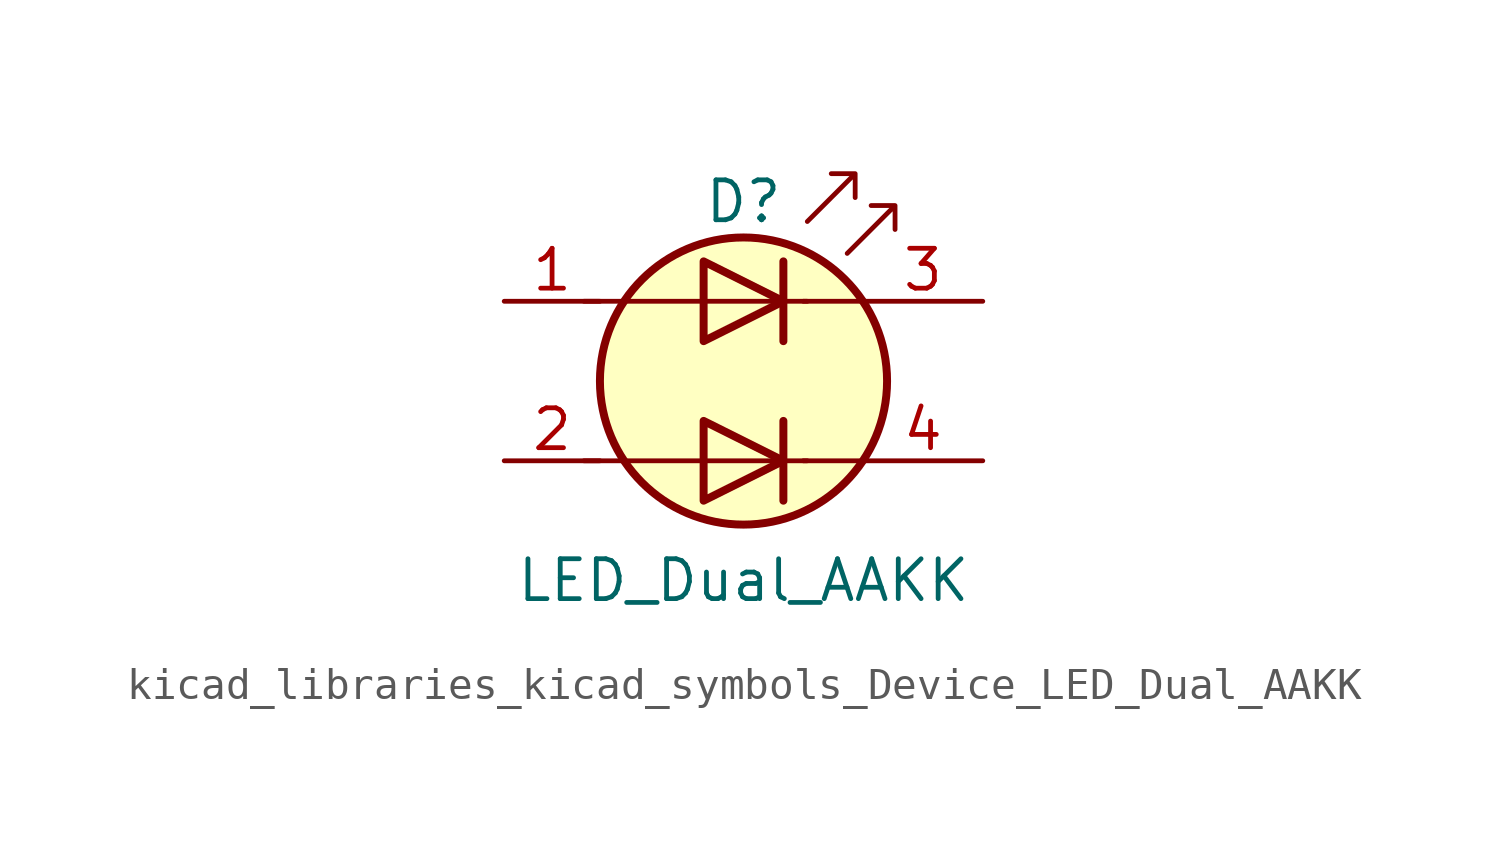
<source format=kicad_sym>
(kicad_symbol_lib
  (version 20220914)
  (generator kicad_symbol_editor)
  (symbol "kicad_libraries_kicad_symbols_Device_LED_Dual_AAKK"
    (pin_names
      (offset 0) hide)
    (property "Reference" "D"
      (at 0 5.715 0)
      (effects (font (size 1.27 1.27))))
    (property "Value" "LED_Dual_AAKK"
      (at 0 -6.35 0)
      (effects (font (size 1.27 1.27))))
    (symbol "kicad_libraries_kicad_symbols_Device_LED_Dual_AAKK_0_1"
      (polyline (pts (xy -5.08 -2.54) (xy 2.032 -2.54)) (stroke (width 0) (type default)) (fill (type none)))
      (polyline (pts (xy -5.08 2.54) (xy 2.032 2.54)) (stroke (width 0) (type default)) (fill (type none)))
      (polyline (pts (xy 1.27 -1.27) (xy 1.27 -3.81)) (stroke (width 0.254) (type default)) (fill (type none)))
      (polyline (pts (xy 1.27 3.81) (xy 1.27 1.27)) (stroke (width 0.254) (type default)) (fill (type none)))
      (polyline (pts (xy 3.81 -2.54) (xy 1.905 -2.54)) (stroke (width 0) (type default)) (fill (type none)))
      (polyline (pts (xy 3.81 2.54) (xy 1.905 2.54)) (stroke (width 0) (type default)) (fill (type none)))
      (polyline (pts (xy -1.27 -1.27) (xy -1.27 -3.81) (xy 1.27 -2.54) (xy -1.27 -1.27)) (stroke (width 0.254) (type default)) (fill (type none)))
      (polyline (pts (xy -1.27 3.81) (xy -1.27 1.27) (xy 1.27 2.54) (xy -1.27 3.81)) (stroke (width 0.254) (type default)) (fill (type none)))
      (polyline (pts (xy 2.032 5.08) (xy 3.556 6.604) (xy 2.794 6.604) (xy 3.556 6.604) (xy 3.556 5.842)) (stroke (width 0) (type default)) (fill (type none)))
      (polyline (pts (xy 3.302 4.064) (xy 4.826 5.588) (xy 4.064 5.588) (xy 4.826 5.588) (xy 4.826 4.826)) (stroke (width 0) (type default)) (fill (type none)))
      (circle (center 0 0) (radius 4.572) (stroke (width 0.254) (type default)) (fill (type background))))
    (symbol "kicad_libraries_kicad_symbols_Device_LED_Dual_AAKK_1_1"
      (pin input line (at -7.62 2.54 0) (length 3.048) (name "A1" (effects (font (size 1.27 1.27)))) (number "1" (effects (font (size 1.27 1.27)))))
      (pin input line (at -7.62 -2.54 0) (length 3.048) (name "A2" (effects (font (size 1.27 1.27)))) (number "2" (effects (font (size 1.27 1.27)))))
      (pin input line (at 7.62 2.54 180) (length 3.81) (name "K1" (effects (font (size 1.27 1.27)))) (number "3" (effects (font (size 1.27 1.27)))))
      (pin input line (at 7.62 -2.54 180) (length 3.81) (name "K2" (effects (font (size 1.27 1.27)))) (number "4" (effects (font (size 1.27 1.27))))))))
</source>
